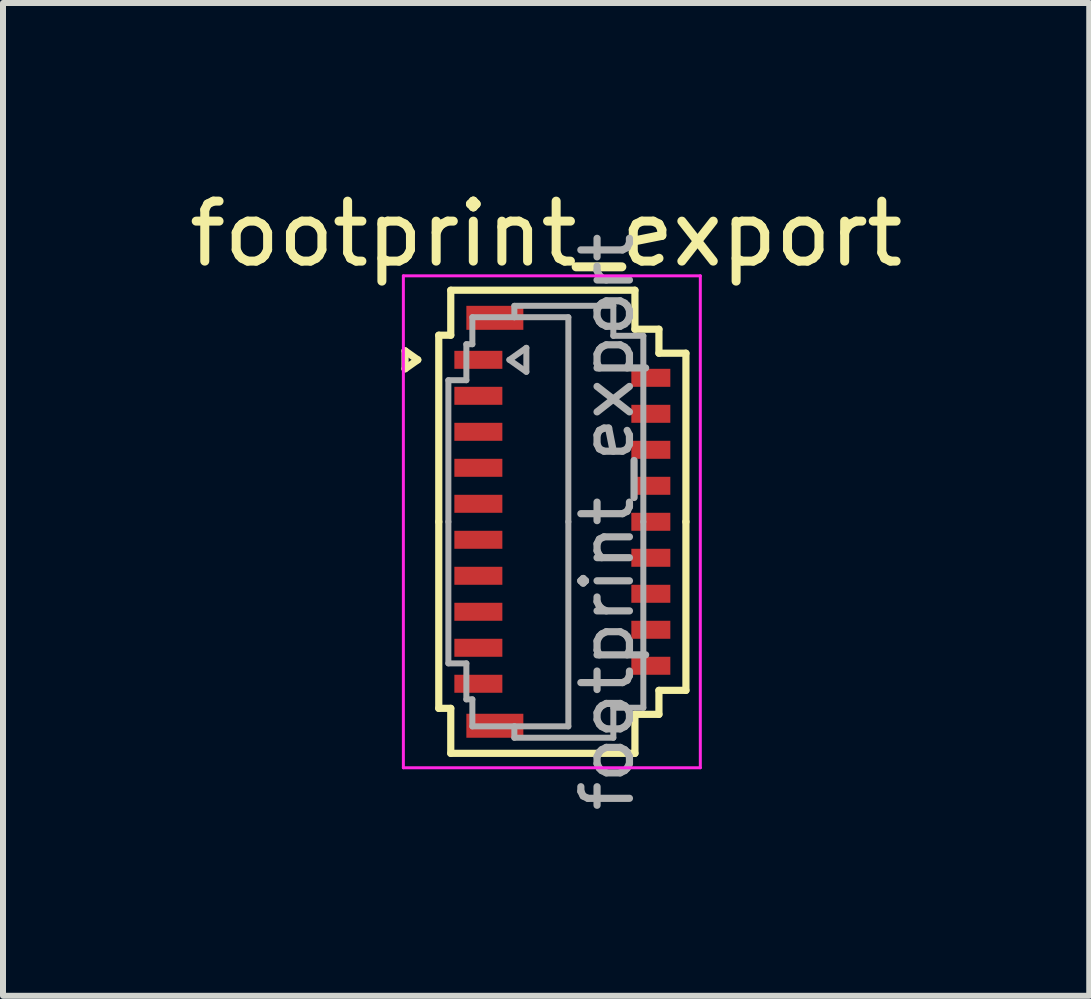
<source format=kicad_pcb>
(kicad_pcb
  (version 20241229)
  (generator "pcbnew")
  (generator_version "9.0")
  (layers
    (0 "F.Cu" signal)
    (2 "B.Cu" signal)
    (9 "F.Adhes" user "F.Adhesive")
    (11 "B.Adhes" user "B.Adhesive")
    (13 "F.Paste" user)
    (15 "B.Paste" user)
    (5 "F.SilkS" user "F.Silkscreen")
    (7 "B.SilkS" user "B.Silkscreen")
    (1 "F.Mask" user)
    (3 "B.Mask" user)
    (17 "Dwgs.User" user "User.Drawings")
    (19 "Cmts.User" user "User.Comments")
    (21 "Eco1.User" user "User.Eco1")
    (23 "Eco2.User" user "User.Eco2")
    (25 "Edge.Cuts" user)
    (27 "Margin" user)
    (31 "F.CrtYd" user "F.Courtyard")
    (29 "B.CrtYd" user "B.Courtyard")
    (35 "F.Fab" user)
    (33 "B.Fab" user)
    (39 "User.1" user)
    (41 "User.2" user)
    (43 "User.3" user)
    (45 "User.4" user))
  (footprint "footprint_export"
    (layer "F.Cu")
    (at 6.324 5.648)
    (property "Reference" "footprint_export" (at -0.27 -4.8 0) (layer "F.SilkS") (effects (font (size 1 1) (thickness 0.15))))
    (attr smd)
    (fp_line (start -2.622 -2.85) (end -2.41 -2.7) (stroke (width 0.12) (type solid)) (layer "F.SilkS"))
    (fp_line (start -2.622 -2.55) (end -2.622 -2.85) (stroke (width 0.12) (type solid)) (layer "F.SilkS"))
    (fp_line (start -2.41 -2.7) (end -2.622 -2.55) (stroke (width 0.12) (type solid)) (layer "F.SilkS"))
    (fp_line (start -2.06 -3.11) (end -2.06 0) (stroke (width 0.12) (type solid)) (layer "F.SilkS"))
    (fp_line (start -2.06 3.11) (end -2.06 0) (stroke (width 0.12) (type solid)) (layer "F.SilkS"))
    (fp_line (start -1.86 -3.86) (end -1.86 -3.11) (stroke (width 0.12) (type solid)) (layer "F.SilkS"))
    (fp_line (start -1.86 -3.11) (end -2.06 -3.11) (stroke (width 0.12) (type solid)) (layer "F.SilkS"))
    (fp_line (start -1.86 3.11) (end -2.06 3.11) (stroke (width 0.12) (type solid)) (layer "F.SilkS"))
    (fp_line (start -1.86 3.86) (end -1.86 3.11) (stroke (width 0.12) (type solid)) (layer "F.SilkS"))
    (fp_line (start 1.21 -3.86) (end -1.86 -3.86) (stroke (width 0.12) (type solid)) (layer "F.SilkS"))
    (fp_line (start 1.21 -3.21) (end 1.21 -3.86) (stroke (width 0.12) (type solid)) (layer "F.SilkS"))
    (fp_line (start 1.21 3.21) (end 1.21 3.86) (stroke (width 0.12) (type solid)) (layer "F.SilkS"))
    (fp_line (start 1.21 3.86) (end -1.86 3.86) (stroke (width 0.12) (type solid)) (layer "F.SilkS"))
    (fp_line (start 1.61 -3.21) (end 1.21 -3.21) (stroke (width 0.12) (type solid)) (layer "F.SilkS"))
    (fp_line (start 1.61 -2.81) (end 1.61 -3.21) (stroke (width 0.12) (type solid)) (layer "F.SilkS"))
    (fp_line (start 1.61 2.81) (end 1.61 3.21) (stroke (width 0.12) (type solid)) (layer "F.SilkS"))
    (fp_line (start 1.61 3.21) (end 1.21 3.21) (stroke (width 0.12) (type solid)) (layer "F.SilkS"))
    (fp_line (start 2.06 -2.81) (end 1.61 -2.81) (stroke (width 0.12) (type solid)) (layer "F.SilkS"))
    (fp_line (start 2.06 0) (end 2.06 -2.81) (stroke (width 0.12) (type solid)) (layer "F.SilkS"))
    (fp_line (start 2.06 0) (end 2.06 2.81) (stroke (width 0.12) (type solid)) (layer "F.SilkS"))
    (fp_line (start 2.06 2.81) (end 1.61 2.81) (stroke (width 0.12) (type solid)) (layer "F.SilkS"))
    (fp_line (start -2.65 -4.1) (end -2.65 4.1) (stroke (width 0.05) (type solid)) (layer "F.CrtYd"))
    (fp_line (start -2.65 4.1) (end 2.3 4.1) (stroke (width 0.05) (type solid)) (layer "F.CrtYd"))
    (fp_line (start 2.3 -4.1) (end -2.65 -4.1) (stroke (width 0.05) (type solid)) (layer "F.CrtYd"))
    (fp_line (start 2.3 4.1) (end 2.3 -4.1) (stroke (width 0.05) (type solid)) (layer "F.CrtYd"))
    (fp_line (start -1.9 -2.36) (end -1.6 -2.36) (stroke (width 0.1) (type solid)) (layer "F.Fab"))
    (fp_line (start -1.9 0) (end -1.9 -2.36) (stroke (width 0.1) (type solid)) (layer "F.Fab"))
    (fp_line (start -1.9 0) (end -1.9 2.36) (stroke (width 0.1) (type solid)) (layer "F.Fab"))
    (fp_line (start -1.9 2.36) (end -1.6 2.36) (stroke (width 0.1) (type solid)) (layer "F.Fab"))
    (fp_line (start -1.6 -2.96) (end -1.5 -2.96) (stroke (width 0.1) (type solid)) (layer "F.Fab"))
    (fp_line (start -1.6 -2.36) (end -1.6 -2.96) (stroke (width 0.1) (type solid)) (layer "F.Fab"))
    (fp_line (start -1.6 2.36) (end -1.6 2.96) (stroke (width 0.1) (type solid)) (layer "F.Fab"))
    (fp_line (start -1.6 2.96) (end -1.5 2.96) (stroke (width 0.1) (type solid)) (layer "F.Fab"))
    (fp_line (start -1.5 -3.41) (end -0.8 -3.41) (stroke (width 0.1) (type solid)) (layer "F.Fab"))
    (fp_line (start -1.5 -2.96) (end -1.5 -3.41) (stroke (width 0.1) (type solid)) (layer "F.Fab"))
    (fp_line (start -1.5 2.96) (end -1.5 3.41) (stroke (width 0.1) (type solid)) (layer "F.Fab"))
    (fp_line (start -1.5 3.41) (end -0.8 3.41) (stroke (width 0.1) (type solid)) (layer "F.Fab"))
    (fp_line (start -0.883 -2.7) (end -0.6 -2.5) (stroke (width 0.1) (type solid)) (layer "F.Fab"))
    (fp_line (start -0.8 -3.6) (end 0.85 -3.6) (stroke (width 0.1) (type solid)) (layer "F.Fab"))
    (fp_line (start -0.8 -3.41) (end -0.8 -3.6) (stroke (width 0.1) (type solid)) (layer "F.Fab"))
    (fp_line (start -0.8 3.41) (end -0.8 3.6) (stroke (width 0.1) (type solid)) (layer "F.Fab"))
    (fp_line (start -0.8 3.6) (end 0.85 3.6) (stroke (width 0.1) (type solid)) (layer "F.Fab"))
    (fp_line (start -0.6 -2.9) (end -0.883 -2.7) (stroke (width 0.1) (type solid)) (layer "F.Fab"))
    (fp_line (start -0.6 -2.5) (end -0.6 -2.9) (stroke (width 0.1) (type solid)) (layer "F.Fab"))
    (fp_line (start 0.1 -3.41) (end -0.8 -3.41) (stroke (width 0.1) (type solid)) (layer "F.Fab"))
    (fp_line (start 0.1 0) (end 0.1 -3.41) (stroke (width 0.1) (type solid)) (layer "F.Fab"))
    (fp_line (start 0.1 0) (end 0.1 3.41) (stroke (width 0.1) (type solid)) (layer "F.Fab"))
    (fp_line (start 0.1 3.41) (end -0.8 3.41) (stroke (width 0.1) (type solid)) (layer "F.Fab"))
    (fp_line (start 0.85 -3.6) (end 0.85 -3.1) (stroke (width 0.1) (type solid)) (layer "F.Fab"))
    (fp_line (start 0.85 -3.1) (end 1.35 -3.1) (stroke (width 0.1) (type solid)) (layer "F.Fab"))
    (fp_line (start 0.85 3.1) (end 1.35 3.1) (stroke (width 0.1) (type solid)) (layer "F.Fab"))
    (fp_line (start 0.85 3.6) (end 0.85 3.1) (stroke (width 0.1) (type solid)) (layer "F.Fab"))
    (fp_line (start 1.35 -3.1) (end 1.35 0) (stroke (width 0.1) (type solid)) (layer "F.Fab"))
    (fp_line (start 1.35 3.1) (end 1.35 0) (stroke (width 0.1) (type solid)) (layer "F.Fab"))
    (fp_text user "${REFERENCE}" (at 0.75 0 90) (layer "F.Fab") (effects (font (size 0.81 0.81) (thickness 0.12))))
    (pad "1" smd rect (at -1.4 -2.7) (size 0.8 0.3) (layers "F.Cu" "F.Mask" "F.Paste"))
    (pad "2" smd rect (at 1.475 -2.4) (size 0.65 0.3) (layers "F.Cu" "F.Mask" "F.Paste"))
    (pad "3" smd rect (at -1.4 -2.1) (size 0.8 0.3) (layers "F.Cu" "F.Mask" "F.Paste"))
    (pad "4" smd rect (at 1.475 -1.8) (size 0.65 0.3) (layers "F.Cu" "F.Mask" "F.Paste"))
    (pad "5" smd rect (at -1.4 -1.5) (size 0.8 0.3) (layers "F.Cu" "F.Mask" "F.Paste"))
    (pad "6" smd rect (at 1.475 -1.2) (size 0.65 0.3) (layers "F.Cu" "F.Mask" "F.Paste"))
    (pad "7" smd rect (at -1.4 -0.9) (size 0.8 0.3) (layers "F.Cu" "F.Mask" "F.Paste"))
    (pad "8" smd rect (at 1.475 -0.6) (size 0.65 0.3) (layers "F.Cu" "F.Mask" "F.Paste"))
    (pad "9" smd rect (at -1.4 -0.3) (size 0.8 0.3) (layers "F.Cu" "F.Mask" "F.Paste"))
    (pad "10" smd rect (at 1.475 0) (size 0.65 0.3) (layers "F.Cu" "F.Mask" "F.Paste"))
    (pad "11" smd rect (at -1.4 0.3) (size 0.8 0.3) (layers "F.Cu" "F.Mask" "F.Paste"))
    (pad "12" smd rect (at 1.475 0.6) (size 0.65 0.3) (layers "F.Cu" "F.Mask" "F.Paste"))
    (pad "13" smd rect (at -1.4 0.9) (size 0.8 0.3) (layers "F.Cu" "F.Mask" "F.Paste"))
    (pad "14" smd rect (at 1.475 1.2) (size 0.65 0.3) (layers "F.Cu" "F.Mask" "F.Paste"))
    (pad "15" smd rect (at -1.4 1.5) (size 0.8 0.3) (layers "F.Cu" "F.Mask" "F.Paste"))
    (pad "16" smd rect (at 1.475 1.8) (size 0.65 0.3) (layers "F.Cu" "F.Mask" "F.Paste"))
    (pad "17" smd rect (at -1.4 2.1) (size 0.8 0.3) (layers "F.Cu" "F.Mask" "F.Paste"))
    (pad "18" smd rect (at 1.475 2.4) (size 0.65 0.3) (layers "F.Cu" "F.Mask" "F.Paste"))
    (pad "19" smd rect (at -1.4 2.7) (size 0.8 0.3) (layers "F.Cu" "F.Mask" "F.Paste"))
    (pad "MP" smd rect (at -1.125 -3.4) (size 0.95 0.4) (layers "F.Cu" "F.Mask" "F.Paste"))
    (pad "MP" smd rect (at -1.125 3.4) (size 0.95 0.4) (layers "F.Cu" "F.Mask" "F.Paste")))
  (gr_rect
    (start -3 -3)
    (end 15.107 13.549)
    (stroke (width 0.1) (type default))
    (fill no)
    (layer "Edge.Cuts")))
</source>
